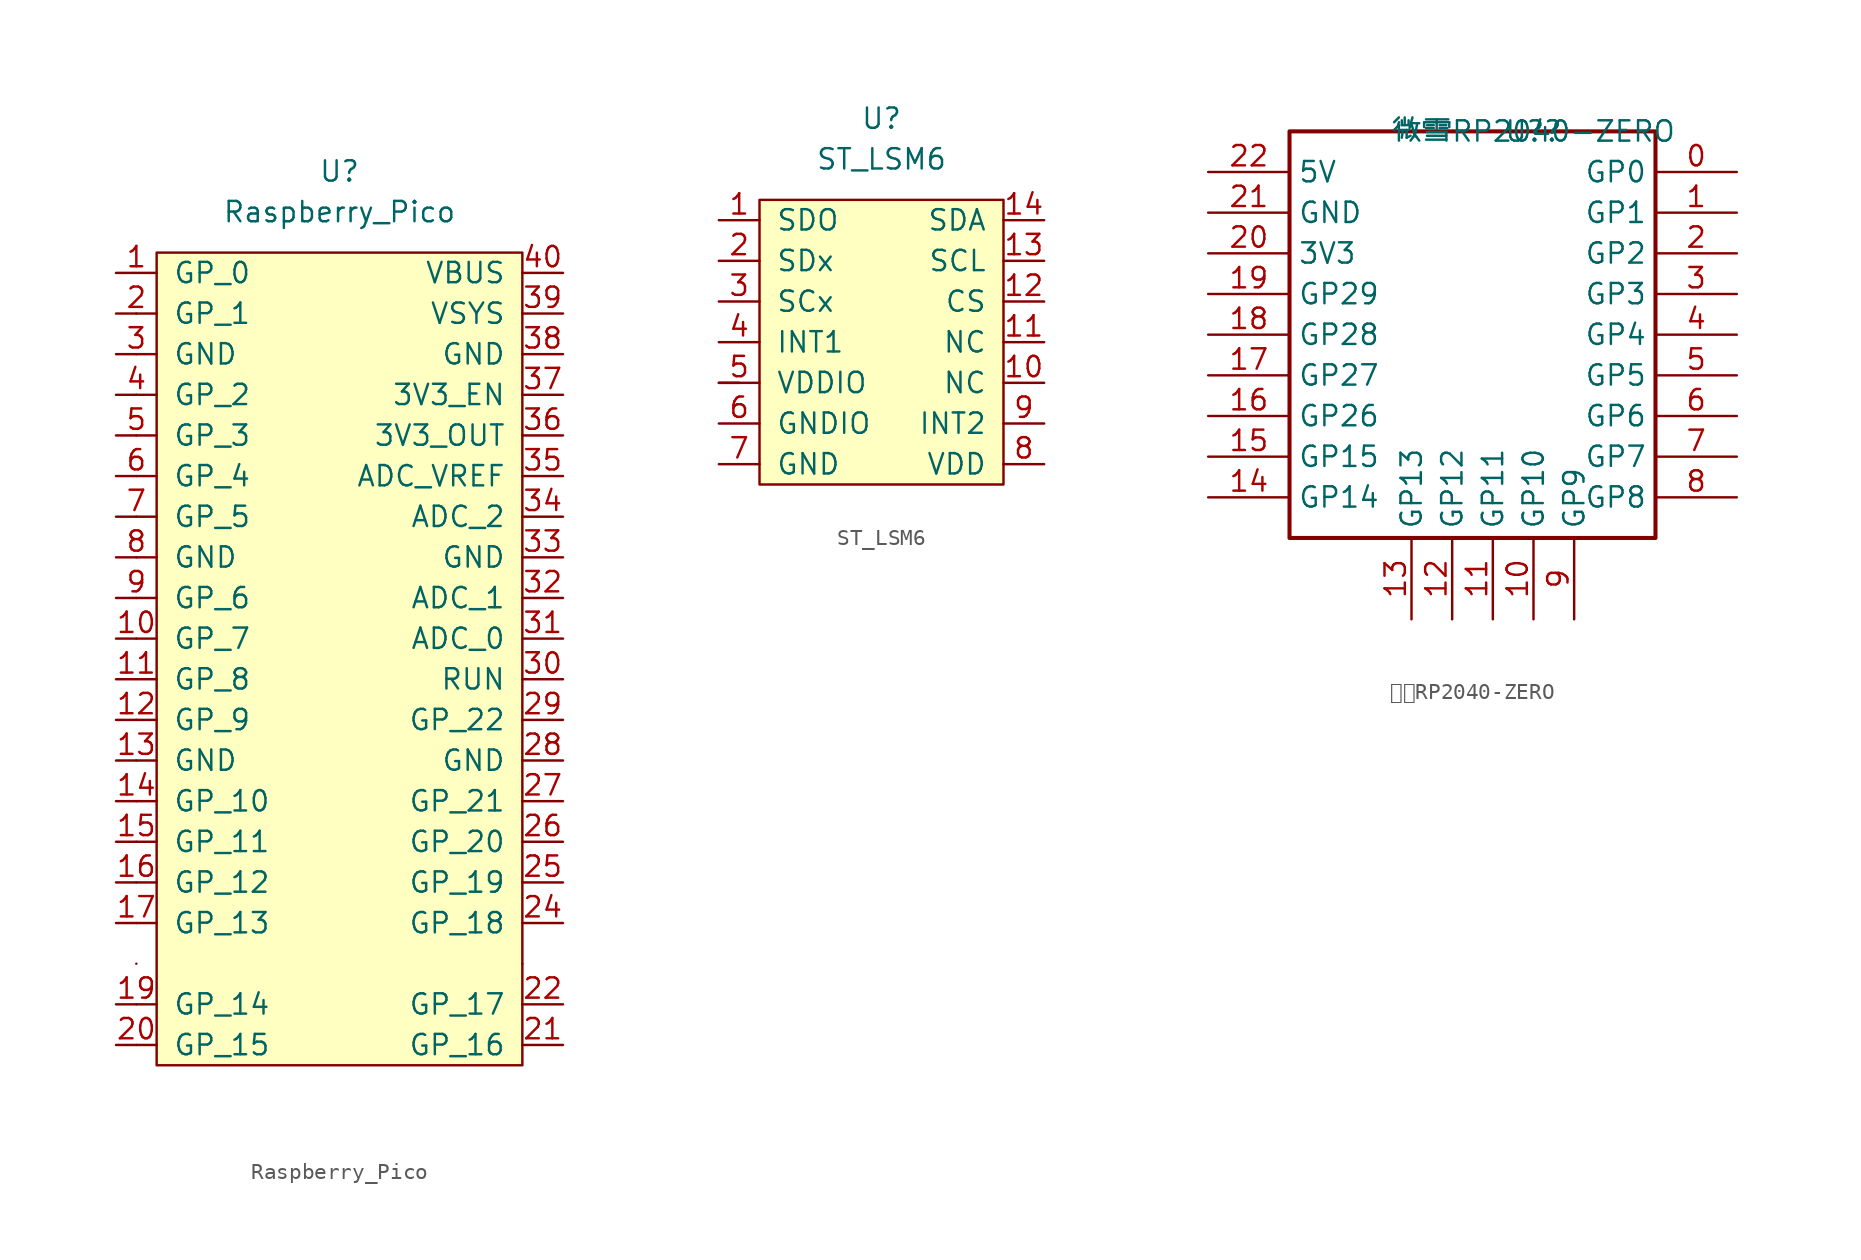
<source format=kicad_sym>
(kicad_symbol_lib
  (version 20231120)
  (generator "kicad_symbol_editor")
  (generator_version "8.0")
  (symbol "Raspberry_Pico"
    (pin_names
      (offset 1.016))
    (property "Reference" "U"
      (at 0 29.21 0)
      (effects (font (size 1.27 1.27))))
    (property "Value" "Raspberry_Pico"
      (at 0 26.67 0)
      (effects (font (size 1.27 1.27))))
    (symbol "Raspberry_Pico_0_0"
      (rectangle (start -11.43 24.13) (end 11.43 -26.67) (stroke (width 0) (type default)) (fill (type background))))
    (symbol "Raspberry_Pico_0_1"
      (rectangle (start -12.7 20.32) (end -12.7 20.32) (stroke (width 0) (type default)) (fill (type none))))
    (symbol "Raspberry_Pico_1_1"
      (rectangle (start -12.7 -25.4) (end -12.7 -25.4) (stroke (width 0) (type default)) (fill (type none)))
      (rectangle (start -12.7 -22.86) (end -12.7 -22.86) (stroke (width 0) (type default)) (fill (type none)))
      (rectangle (start -12.7 -20.32) (end -12.7 -20.32) (stroke (width 0) (type default)) (fill (type none)))
      (rectangle (start -12.7 -17.78) (end -12.7 -17.78) (stroke (width 0) (type default)) (fill (type none)))
      (rectangle (start -12.7 -15.24) (end -12.7 -15.24) (stroke (width 0) (type default)) (fill (type none)))
      (rectangle (start -12.7 -12.7) (end -12.7 -12.7) (stroke (width 0) (type default)) (fill (type none)))
      (rectangle (start -12.7 -10.16) (end -12.7 -10.16) (stroke (width 0) (type default)) (fill (type none)))
      (rectangle (start -12.7 -7.62) (end -12.7 -7.62) (stroke (width 0) (type default)) (fill (type none)))
      (rectangle (start -12.7 -5.08) (end -12.7 -5.08) (stroke (width 0) (type default)) (fill (type none)))
      (rectangle (start -12.7 0) (end -12.7 0) (stroke (width 0) (type default)) (fill (type none)))
      (rectangle (start -12.7 2.54) (end -12.7 2.54) (stroke (width 0) (type default)) (fill (type none)))
      (rectangle (start -12.7 5.08) (end -12.7 5.08) (stroke (width 0) (type default)) (fill (type none)))
      (rectangle (start -12.7 7.62) (end -12.7 7.62) (stroke (width 0) (type default)) (fill (type none)))
      (rectangle (start -12.7 10.16) (end -12.7 10.16) (stroke (width 0) (type default)) (fill (type none)))
      (rectangle (start -12.7 12.7) (end -12.7 12.7) (stroke (width 0) (type default)) (fill (type none)))
      (rectangle (start -12.7 15.24) (end -12.7 15.24) (stroke (width 0) (type default)) (fill (type none)))
      (rectangle (start -12.7 17.78) (end -12.7 17.78) (stroke (width 0) (type default)) (fill (type none)))
      (rectangle (start 11.43 -22.86) (end 11.43 -22.86) (stroke (width 0) (type default)) (fill (type none)))
      (rectangle (start 11.43 -20.32) (end 11.43 -20.32) (stroke (width 0) (type default)) (fill (type none)))
      (rectangle (start 11.43 -17.78) (end 11.43 -17.78) (stroke (width 0) (type default)) (fill (type none)))
      (rectangle (start 11.43 -15.24) (end 11.43 -15.24) (stroke (width 0) (type default)) (fill (type none)))
      (rectangle (start 11.43 -12.7) (end 11.43 -12.7) (stroke (width 0) (type default)) (fill (type none)))
      (rectangle (start 11.43 -10.16) (end 11.43 -10.16) (stroke (width 0) (type default)) (fill (type none)))
      (rectangle (start 11.43 -7.62) (end 11.43 -7.62) (stroke (width 0) (type default)) (fill (type none)))
      (rectangle (start 11.43 -5.08) (end 11.43 -5.08) (stroke (width 0) (type default)) (fill (type none)))
      (rectangle (start 11.43 -2.54) (end 11.43 -2.54) (stroke (width 0) (type default)) (fill (type none)))
      (rectangle (start 11.43 2.54) (end 11.43 2.54) (stroke (width 0) (type default)) (fill (type none)))
      (rectangle (start 11.43 5.08) (end 11.43 5.08) (stroke (width 0) (type default)) (fill (type none)))
      (rectangle (start 11.43 7.62) (end 11.43 7.62) (stroke (width 0) (type default)) (fill (type none)))
      (rectangle (start 11.43 10.16) (end 11.43 10.16) (stroke (width 0) (type default)) (fill (type none)))
      (rectangle (start 11.43 12.7) (end 11.43 12.7) (stroke (width 0) (type default)) (fill (type none)))
      (rectangle (start 11.43 15.24) (end 11.43 15.24) (stroke (width 0) (type default)) (fill (type none)))
      (rectangle (start 11.43 17.78) (end 11.43 17.78) (stroke (width 0) (type default)) (fill (type none)))
      (rectangle (start 11.43 20.32) (end 11.43 20.32) (stroke (width 0) (type default)) (fill (type none)))
      (rectangle (start 11.43 22.86) (end 11.43 22.86) (stroke (width 0) (type default)) (fill (type none)))
      (pin bidirectional line (at -13.97 22.86 0) (length 2.54) (name "GP_0" (effects (font (size 1.27 1.27)))) (number "1" (effects (font (size 1.27 1.27)))))
      (pin bidirectional line (at -13.97 0 0) (length 2.54) (name "GP_7" (effects (font (size 1.27 1.27)))) (number "10" (effects (font (size 1.27 1.27)))))
      (pin bidirectional line (at -13.97 -2.54 0) (length 2.54) (name "GP_8" (effects (font (size 1.27 1.27)))) (number "11" (effects (font (size 1.27 1.27)))))
      (pin bidirectional line (at -13.97 -5.08 0) (length 2.54) (name "GP_9" (effects (font (size 1.27 1.27)))) (number "12" (effects (font (size 1.27 1.27)))))
      (pin bidirectional line (at -13.97 -7.62 0) (length 2.54) (name "GND" (effects (font (size 1.27 1.27)))) (number "13" (effects (font (size 1.27 1.27)))))
      (pin bidirectional line (at -13.97 -10.16 0) (length 2.54) (name "GP_10" (effects (font (size 1.27 1.27)))) (number "14" (effects (font (size 1.27 1.27)))))
      (pin bidirectional line (at -13.97 -12.7 0) (length 2.54) (name "GP_11" (effects (font (size 1.27 1.27)))) (number "15" (effects (font (size 1.27 1.27)))))
      (pin bidirectional line (at -13.97 -15.24 0) (length 2.54) (name "GP_12" (effects (font (size 1.27 1.27)))) (number "16" (effects (font (size 1.27 1.27)))))
      (pin bidirectional line (at -13.97 -17.78 0) (length 2.54) (name "GP_13" (effects (font (size 1.27 1.27)))) (number "17" (effects (font (size 1.27 1.27)))))
      (pin bidirectional line (at -13.97 -22.86 0) (length 2.54) (name "GP_14" (effects (font (size 1.27 1.27)))) (number "19" (effects (font (size 1.27 1.27)))))
      (pin bidirectional line (at -13.97 20.32 0) (length 2.54) (name "GP_1" (effects (font (size 1.27 1.27)))) (number "2" (effects (font (size 1.27 1.27)))))
      (pin bidirectional line (at -13.97 -25.4 0) (length 2.54) (name "GP_15" (effects (font (size 1.27 1.27)))) (number "20" (effects (font (size 1.27 1.27)))))
      (pin bidirectional line (at 13.97 -25.4 180) (length 2.54) (name "GP_16" (effects (font (size 1.27 1.27)))) (number "21" (effects (font (size 1.27 1.27)))))
      (pin bidirectional line (at 13.97 -22.86 180) (length 2.54) (name "GP_17" (effects (font (size 1.27 1.27)))) (number "22" (effects (font (size 1.27 1.27)))))
      (pin bidirectional line (at 13.97 -17.78 180) (length 2.54) (name "GP_18" (effects (font (size 1.27 1.27)))) (number "24" (effects (font (size 1.27 1.27)))))
      (pin bidirectional line (at 13.97 -15.24 180) (length 2.54) (name "GP_19" (effects (font (size 1.27 1.27)))) (number "25" (effects (font (size 1.27 1.27)))))
      (pin bidirectional line (at 13.97 -12.7 180) (length 2.54) (name "GP_20" (effects (font (size 1.27 1.27)))) (number "26" (effects (font (size 1.27 1.27)))))
      (pin bidirectional line (at 13.97 -10.16 180) (length 2.54) (name "GP_21" (effects (font (size 1.27 1.27)))) (number "27" (effects (font (size 1.27 1.27)))))
      (pin bidirectional line (at 13.97 -7.62 180) (length 2.54) (name "GND" (effects (font (size 1.27 1.27)))) (number "28" (effects (font (size 1.27 1.27)))))
      (pin bidirectional line (at 13.97 -5.08 180) (length 2.54) (name "GP_22" (effects (font (size 1.27 1.27)))) (number "29" (effects (font (size 1.27 1.27)))))
      (pin bidirectional line (at -13.97 17.78 0) (length 2.54) (name "GND" (effects (font (size 1.27 1.27)))) (number "3" (effects (font (size 1.27 1.27)))))
      (pin bidirectional line (at 13.97 -2.54 180) (length 2.54) (name "RUN" (effects (font (size 1.27 1.27)))) (number "30" (effects (font (size 1.27 1.27)))))
      (pin bidirectional line (at 13.97 0 180) (length 2.54) (name "ADC_0" (effects (font (size 1.27 1.27)))) (number "31" (effects (font (size 1.27 1.27)))))
      (pin bidirectional line (at 13.97 2.54 180) (length 2.54) (name "ADC_1" (effects (font (size 1.27 1.27)))) (number "32" (effects (font (size 1.27 1.27)))))
      (pin bidirectional line (at 13.97 5.08 180) (length 2.54) (name "GND" (effects (font (size 1.27 1.27)))) (number "33" (effects (font (size 1.27 1.27)))))
      (pin bidirectional line (at 13.97 7.62 180) (length 2.54) (name "ADC_2" (effects (font (size 1.27 1.27)))) (number "34" (effects (font (size 1.27 1.27)))))
      (pin bidirectional line (at 13.97 10.16 180) (length 2.54) (name "ADC_VREF" (effects (font (size 1.27 1.27)))) (number "35" (effects (font (size 1.27 1.27)))))
      (pin bidirectional line (at 13.97 12.7 180) (length 2.54) (name "3V3_OUT" (effects (font (size 1.27 1.27)))) (number "36" (effects (font (size 1.27 1.27)))))
      (pin bidirectional line (at 13.97 15.24 180) (length 2.54) (name "3V3_EN" (effects (font (size 1.27 1.27)))) (number "37" (effects (font (size 1.27 1.27)))))
      (pin bidirectional line (at 13.97 17.78 180) (length 2.54) (name "GND" (effects (font (size 1.27 1.27)))) (number "38" (effects (font (size 1.27 1.27)))))
      (pin bidirectional line (at 13.97 20.32 180) (length 2.54) (name "VSYS" (effects (font (size 1.27 1.27)))) (number "39" (effects (font (size 1.27 1.27)))))
      (pin bidirectional line (at -13.97 15.24 0) (length 2.54) (name "GP_2" (effects (font (size 1.27 1.27)))) (number "4" (effects (font (size 1.27 1.27)))))
      (pin bidirectional line (at 13.97 22.86 180) (length 2.54) (name "VBUS" (effects (font (size 1.27 1.27)))) (number "40" (effects (font (size 1.27 1.27)))))
      (pin bidirectional line (at -13.97 12.7 0) (length 2.54) (name "GP_3" (effects (font (size 1.27 1.27)))) (number "5" (effects (font (size 1.27 1.27)))))
      (pin bidirectional line (at -13.97 10.16 0) (length 2.54) (name "GP_4" (effects (font (size 1.27 1.27)))) (number "6" (effects (font (size 1.27 1.27)))))
      (pin bidirectional line (at -13.97 7.62 0) (length 2.54) (name "GP_5" (effects (font (size 1.27 1.27)))) (number "7" (effects (font (size 1.27 1.27)))))
      (pin bidirectional line (at -13.97 5.08 0) (length 2.54) (name "GND" (effects (font (size 1.27 1.27)))) (number "8" (effects (font (size 1.27 1.27)))))
      (pin bidirectional line (at -13.97 2.54 0) (length 2.54) (name "GP_6" (effects (font (size 1.27 1.27)))) (number "9" (effects (font (size 1.27 1.27)))))))
  (symbol "ST_LSM6"
    (pin_names
      (offset 1.016))
    (property "Reference" "U"
      (at 0 10.16 0)
      (effects (font (size 1.27 1.27))))
    (property "Value" "ST_LSM6"
      (at 0 7.62 0)
      (effects (font (size 1.27 1.27))))
    (symbol "ST_LSM6_0_0"
      (rectangle (start -7.62 5.08) (end 7.62 -12.7) (stroke (width 0) (type default)) (fill (type background))))
    (symbol "ST_LSM6_0_1"
      (rectangle (start -8.89 -6.35) (end -10.16 -6.35) (stroke (width 0) (type default)) (fill (type none))))
    (symbol "ST_LSM6_1_1"
      (pin bidirectional line (at -10.16 3.81 0) (length 2.54) (name "SDO" (effects (font (size 1.27 1.27)))) (number "1" (effects (font (size 1.27 1.27)))))
      (pin bidirectional line (at 10.16 -6.35 180) (length 2.54) (name "NC" (effects (font (size 1.27 1.27)))) (number "10" (effects (font (size 1.27 1.27)))))
      (pin bidirectional line (at 10.16 -3.81 180) (length 2.54) (name "NC" (effects (font (size 1.27 1.27)))) (number "11" (effects (font (size 1.27 1.27)))))
      (pin bidirectional line (at 10.16 -1.27 180) (length 2.54) (name "CS" (effects (font (size 1.27 1.27)))) (number "12" (effects (font (size 1.27 1.27)))))
      (pin bidirectional line (at 10.16 1.27 180) (length 2.54) (name "SCL" (effects (font (size 1.27 1.27)))) (number "13" (effects (font (size 1.27 1.27)))))
      (pin bidirectional line (at 10.16 3.81 180) (length 2.54) (name "SDA" (effects (font (size 1.27 1.27)))) (number "14" (effects (font (size 1.27 1.27)))))
      (pin bidirectional line (at -10.16 1.27 0) (length 2.54) (name "SDx" (effects (font (size 1.27 1.27)))) (number "2" (effects (font (size 1.27 1.27)))))
      (pin bidirectional line (at -10.16 -1.27 0) (length 2.54) (name "SCx" (effects (font (size 1.27 1.27)))) (number "3" (effects (font (size 1.27 1.27)))))
      (pin bidirectional line (at -10.16 -3.81 0) (length 2.54) (name "INT1" (effects (font (size 1.27 1.27)))) (number "4" (effects (font (size 1.27 1.27)))))
      (pin bidirectional line (at -10.16 -6.35 0) (length 2.54) (name "VDDIO" (effects (font (size 1.27 1.27)))) (number "5" (effects (font (size 1.27 1.27)))))
      (pin bidirectional line (at -10.16 -8.89 0) (length 2.54) (name "GNDIO" (effects (font (size 1.27 1.27)))) (number "6" (effects (font (size 1.27 1.27)))))
      (pin bidirectional line (at -10.16 -11.43 0) (length 2.54) (name "GND" (effects (font (size 1.27 1.27)))) (number "7" (effects (font (size 1.27 1.27)))))
      (pin bidirectional line (at 10.16 -11.43 180) (length 2.54) (name "VDD" (effects (font (size 1.27 1.27)))) (number "8" (effects (font (size 1.27 1.27)))))
      (pin bidirectional line (at 10.16 -8.89 180) (length 2.54) (name "INT2" (effects (font (size 1.27 1.27)))) (number "9" (effects (font (size 1.27 1.27)))))))
  (symbol "微雪RP2040-ZERO"
    (property "Reference" "U?"
      (at 0 0 0)
      (effects (font (size 1.27 1.27))))
    (property "Value" "微雪RP2040-ZERO"
      (at 0 0 0)
      (effects (font (size 1.27 1.27))))
    (symbol "微雪RP2040-ZERO_0_0"
      (rectangle (start -15.24 0) (end 7.62 -25.4) (stroke (width 0.254) (type solid)) (fill (type none)))
      (pin unspecified line (at -20.32 -7.62 0) (length 5.08) (name "3V3" (effects (font (size 1.27 1.27)))) (number "20" (effects (font (size 1.27 1.27)))))
      (pin unspecified line (at -20.32 -5.08 0) (length 5.08) (name "GND" (effects (font (size 1.27 1.27)))) (number "21" (effects (font (size 1.27 1.27)))))
      (pin unspecified line (at -20.32 -2.54 0) (length 5.08) (name "5V" (effects (font (size 1.27 1.27)))) (number "22" (effects (font (size 1.27 1.27))))))
    (symbol "微雪RP2040-ZERO_1_0"
      (pin unspecified line (at 12.7 -2.54 180) (length 5.08) (name "GP0" (effects (font (size 1.27 1.27)))) (number "0" (effects (font (size 1.27 1.27)))))
      (pin unspecified line (at 12.7 -5.08 180) (length 5.08) (name "GP1" (effects (font (size 1.27 1.27)))) (number "1" (effects (font (size 1.27 1.27)))))
      (pin unspecified line (at 0 -30.48 90) (length 5.08) (name "GP10" (effects (font (size 1.27 1.27)))) (number "10" (effects (font (size 1.27 1.27)))))
      (pin unspecified line (at -2.54 -30.48 90) (length 5.08) (name "GP11" (effects (font (size 1.27 1.27)))) (number "11" (effects (font (size 1.27 1.27)))))
      (pin unspecified line (at -5.08 -30.48 90) (length 5.08) (name "GP12" (effects (font (size 1.27 1.27)))) (number "12" (effects (font (size 1.27 1.27)))))
      (pin unspecified line (at -7.62 -30.48 90) (length 5.08) (name "GP13" (effects (font (size 1.27 1.27)))) (number "13" (effects (font (size 1.27 1.27)))))
      (pin unspecified line (at -20.32 -22.86 0) (length 5.08) (name "GP14" (effects (font (size 1.27 1.27)))) (number "14" (effects (font (size 1.27 1.27)))))
      (pin unspecified line (at -20.32 -20.32 0) (length 5.08) (name "GP15" (effects (font (size 1.27 1.27)))) (number "15" (effects (font (size 1.27 1.27)))))
      (pin unspecified line (at -20.32 -17.78 0) (length 5.08) (name "GP26" (effects (font (size 1.27 1.27)))) (number "16" (effects (font (size 1.27 1.27)))))
      (pin unspecified line (at -20.32 -15.24 0) (length 5.08) (name "GP27" (effects (font (size 1.27 1.27)))) (number "17" (effects (font (size 1.27 1.27)))))
      (pin unspecified line (at -20.32 -12.7 0) (length 5.08) (name "GP28" (effects (font (size 1.27 1.27)))) (number "18" (effects (font (size 1.27 1.27)))))
      (pin unspecified line (at -20.32 -10.16 0) (length 5.08) (name "GP29" (effects (font (size 1.27 1.27)))) (number "19" (effects (font (size 1.27 1.27)))))
      (pin unspecified line (at 12.7 -7.62 180) (length 5.08) (name "GP2" (effects (font (size 1.27 1.27)))) (number "2" (effects (font (size 1.27 1.27)))))
      (pin unspecified line (at 12.7 -10.16 180) (length 5.08) (name "GP3" (effects (font (size 1.27 1.27)))) (number "3" (effects (font (size 1.27 1.27)))))
      (pin unspecified line (at 12.7 -12.7 180) (length 5.08) (name "GP4" (effects (font (size 1.27 1.27)))) (number "4" (effects (font (size 1.27 1.27)))))
      (pin unspecified line (at 12.7 -15.24 180) (length 5.08) (name "GP5" (effects (font (size 1.27 1.27)))) (number "5" (effects (font (size 1.27 1.27)))))
      (pin unspecified line (at 12.7 -17.78 180) (length 5.08) (name "GP6" (effects (font (size 1.27 1.27)))) (number "6" (effects (font (size 1.27 1.27)))))
      (pin unspecified line (at 12.7 -20.32 180) (length 5.08) (name "GP7" (effects (font (size 1.27 1.27)))) (number "7" (effects (font (size 1.27 1.27)))))
      (pin unspecified line (at 12.7 -22.86 180) (length 5.08) (name "GP8" (effects (font (size 1.27 1.27)))) (number "8" (effects (font (size 1.27 1.27)))))
      (pin unspecified line (at 2.54 -30.48 90) (length 5.08) (name "GP9" (effects (font (size 1.27 1.27)))) (number "9" (effects (font (size 1.27 1.27))))))))
</source>
